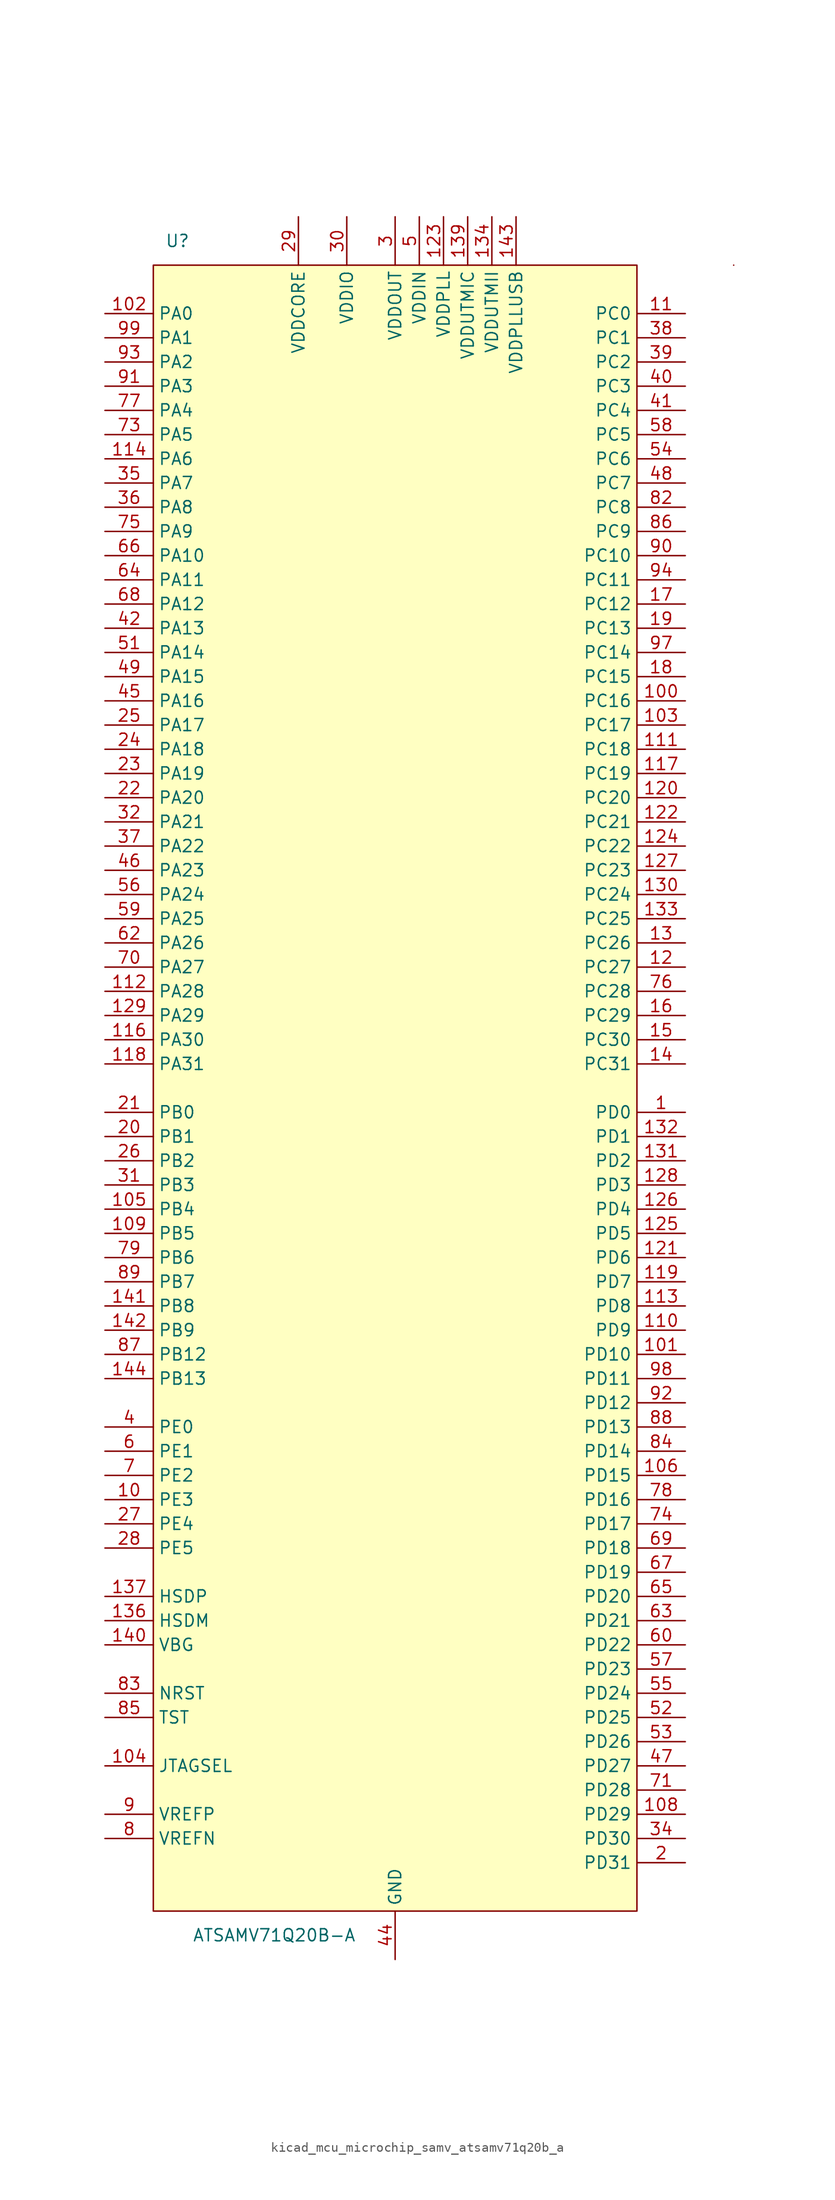
<source format=kicad_sym>
(kicad_symbol_lib
  (version 20220914)
  (generator kicad_symbol_editor)
  (symbol "kicad_mcu_microchip_samv_atsamv71q20b_a"
    (property "Reference" "U"
      (at -22.86 88.9 0)
      (effects (font (size 1.27 1.27))))
    (property "Value" "ATSAMV71Q20B-A"
      (at -12.7 -88.9 0)
      (effects (font (size 1.27 1.27))))
    (symbol "kicad_mcu_microchip_samv_atsamv71q20b_a_0_1"
      (rectangle (start 25.4 86.36) (end -25.4 -86.36) (stroke (width 0) (type default)) (fill (type background)))
      (rectangle (start 35.56 86.36) (end 35.56 86.36) (stroke (width 0) (type default)) (fill (type none))))
    (symbol "kicad_mcu_microchip_samv_atsamv71q20b_a_1_1"
      (pin bidirectional line (at 30.48 -2.54 180) (length 5.08) (name "PD0" (effects (font (size 1.27 1.27)))) (number "1" (effects (font (size 1.27 1.27)))))
      (pin bidirectional line (at -30.48 -43.18 0) (length 5.08) (name "PE3" (effects (font (size 1.27 1.27)))) (number "10" (effects (font (size 1.27 1.27)))))
      (pin bidirectional line (at 30.48 40.64 180) (length 5.08) (name "PC16" (effects (font (size 1.27 1.27)))) (number "100" (effects (font (size 1.27 1.27)))))
      (pin bidirectional line (at 30.48 -27.94 180) (length 5.08) (name "PD10" (effects (font (size 1.27 1.27)))) (number "101" (effects (font (size 1.27 1.27)))))
      (pin bidirectional line (at -30.48 81.28 0) (length 5.08) (name "PA0" (effects (font (size 1.27 1.27)))) (number "102" (effects (font (size 1.27 1.27)))))
      (pin bidirectional line (at 30.48 38.1 180) (length 5.08) (name "PC17" (effects (font (size 1.27 1.27)))) (number "103" (effects (font (size 1.27 1.27)))))
      (pin input line (at -30.48 -71.12 0) (length 5.08) (name "JTAGSEL" (effects (font (size 1.27 1.27)))) (number "104" (effects (font (size 1.27 1.27)))))
      (pin bidirectional line (at -30.48 -12.7 0) (length 5.08) (name "PB4" (effects (font (size 1.27 1.27)))) (number "105" (effects (font (size 1.27 1.27)))))
      (pin bidirectional line (at 30.48 -40.64 180) (length 5.08) (name "PD15" (effects (font (size 1.27 1.27)))) (number "106" (effects (font (size 1.27 1.27)))))
      (pin passive line (at -10.16 91.44 270) (length 5.08) hide (name "VDDCORE" (effects (font (size 1.27 1.27)))) (number "107" (effects (font (size 1.27 1.27)))))
      (pin bidirectional line (at 30.48 -76.2 180) (length 5.08) (name "PD29" (effects (font (size 1.27 1.27)))) (number "108" (effects (font (size 1.27 1.27)))))
      (pin bidirectional line (at -30.48 -15.24 0) (length 5.08) (name "PB5" (effects (font (size 1.27 1.27)))) (number "109" (effects (font (size 1.27 1.27)))))
      (pin bidirectional line (at 30.48 81.28 180) (length 5.08) (name "PC0" (effects (font (size 1.27 1.27)))) (number "11" (effects (font (size 1.27 1.27)))))
      (pin bidirectional line (at 30.48 -25.4 180) (length 5.08) (name "PD9" (effects (font (size 1.27 1.27)))) (number "110" (effects (font (size 1.27 1.27)))))
      (pin bidirectional line (at 30.48 35.56 180) (length 5.08) (name "PC18" (effects (font (size 1.27 1.27)))) (number "111" (effects (font (size 1.27 1.27)))))
      (pin bidirectional line (at -30.48 10.16 0) (length 5.08) (name "PA28" (effects (font (size 1.27 1.27)))) (number "112" (effects (font (size 1.27 1.27)))))
      (pin bidirectional line (at 30.48 -22.86 180) (length 5.08) (name "PD8" (effects (font (size 1.27 1.27)))) (number "113" (effects (font (size 1.27 1.27)))))
      (pin bidirectional line (at -30.48 66.04 0) (length 5.08) (name "PA6" (effects (font (size 1.27 1.27)))) (number "114" (effects (font (size 1.27 1.27)))))
      (pin passive line (at 0 -91.44 90) (length 5.08) hide (name "GND" (effects (font (size 1.27 1.27)))) (number "115" (effects (font (size 1.27 1.27)))))
      (pin bidirectional line (at -30.48 5.08 0) (length 5.08) (name "PA30" (effects (font (size 1.27 1.27)))) (number "116" (effects (font (size 1.27 1.27)))))
      (pin bidirectional line (at 30.48 33.02 180) (length 5.08) (name "PC19" (effects (font (size 1.27 1.27)))) (number "117" (effects (font (size 1.27 1.27)))))
      (pin bidirectional line (at -30.48 2.54 0) (length 5.08) (name "PA31" (effects (font (size 1.27 1.27)))) (number "118" (effects (font (size 1.27 1.27)))))
      (pin bidirectional line (at 30.48 -20.32 180) (length 5.08) (name "PD7" (effects (font (size 1.27 1.27)))) (number "119" (effects (font (size 1.27 1.27)))))
      (pin bidirectional line (at 30.48 12.7 180) (length 5.08) (name "PC27" (effects (font (size 1.27 1.27)))) (number "12" (effects (font (size 1.27 1.27)))))
      (pin bidirectional line (at 30.48 30.48 180) (length 5.08) (name "PC20" (effects (font (size 1.27 1.27)))) (number "120" (effects (font (size 1.27 1.27)))))
      (pin bidirectional line (at 30.48 -17.78 180) (length 5.08) (name "PD6" (effects (font (size 1.27 1.27)))) (number "121" (effects (font (size 1.27 1.27)))))
      (pin bidirectional line (at 30.48 27.94 180) (length 5.08) (name "PC21" (effects (font (size 1.27 1.27)))) (number "122" (effects (font (size 1.27 1.27)))))
      (pin power_in line (at 5.08 91.44 270) (length 5.08) (name "VDDPLL" (effects (font (size 1.27 1.27)))) (number "123" (effects (font (size 1.27 1.27)))))
      (pin bidirectional line (at 30.48 25.4 180) (length 5.08) (name "PC22" (effects (font (size 1.27 1.27)))) (number "124" (effects (font (size 1.27 1.27)))))
      (pin bidirectional line (at 30.48 -15.24 180) (length 5.08) (name "PD5" (effects (font (size 1.27 1.27)))) (number "125" (effects (font (size 1.27 1.27)))))
      (pin bidirectional line (at 30.48 -12.7 180) (length 5.08) (name "PD4" (effects (font (size 1.27 1.27)))) (number "126" (effects (font (size 1.27 1.27)))))
      (pin bidirectional line (at 30.48 22.86 180) (length 5.08) (name "PC23" (effects (font (size 1.27 1.27)))) (number "127" (effects (font (size 1.27 1.27)))))
      (pin bidirectional line (at 30.48 -10.16 180) (length 5.08) (name "PD3" (effects (font (size 1.27 1.27)))) (number "128" (effects (font (size 1.27 1.27)))))
      (pin bidirectional line (at -30.48 7.62 0) (length 5.08) (name "PA29" (effects (font (size 1.27 1.27)))) (number "129" (effects (font (size 1.27 1.27)))))
      (pin bidirectional line (at 30.48 15.24 180) (length 5.08) (name "PC26" (effects (font (size 1.27 1.27)))) (number "13" (effects (font (size 1.27 1.27)))))
      (pin bidirectional line (at 30.48 20.32 180) (length 5.08) (name "PC24" (effects (font (size 1.27 1.27)))) (number "130" (effects (font (size 1.27 1.27)))))
      (pin bidirectional line (at 30.48 -7.62 180) (length 5.08) (name "PD2" (effects (font (size 1.27 1.27)))) (number "131" (effects (font (size 1.27 1.27)))))
      (pin bidirectional line (at 30.48 -5.08 180) (length 5.08) (name "PD1" (effects (font (size 1.27 1.27)))) (number "132" (effects (font (size 1.27 1.27)))))
      (pin bidirectional line (at 30.48 17.78 180) (length 5.08) (name "PC25" (effects (font (size 1.27 1.27)))) (number "133" (effects (font (size 1.27 1.27)))))
      (pin power_in line (at 10.16 91.44 270) (length 5.08) (name "VDDUTMII" (effects (font (size 1.27 1.27)))) (number "134" (effects (font (size 1.27 1.27)))))
      (pin passive line (at 0 -91.44 90) (length 5.08) hide (name "GND" (effects (font (size 1.27 1.27)))) (number "135" (effects (font (size 1.27 1.27)))))
      (pin bidirectional line (at -30.48 -55.88 0) (length 5.08) (name "HSDM" (effects (font (size 1.27 1.27)))) (number "136" (effects (font (size 1.27 1.27)))))
      (pin bidirectional line (at -30.48 -53.34 0) (length 5.08) (name "HSDP" (effects (font (size 1.27 1.27)))) (number "137" (effects (font (size 1.27 1.27)))))
      (pin passive line (at 0 -91.44 90) (length 5.08) hide (name "GND" (effects (font (size 1.27 1.27)))) (number "138" (effects (font (size 1.27 1.27)))))
      (pin power_in line (at 7.62 91.44 270) (length 5.08) (name "VDDUTMIC" (effects (font (size 1.27 1.27)))) (number "139" (effects (font (size 1.27 1.27)))))
      (pin bidirectional line (at 30.48 2.54 180) (length 5.08) (name "PC31" (effects (font (size 1.27 1.27)))) (number "14" (effects (font (size 1.27 1.27)))))
      (pin input line (at -30.48 -58.42 0) (length 5.08) (name "VBG" (effects (font (size 1.27 1.27)))) (number "140" (effects (font (size 1.27 1.27)))))
      (pin bidirectional line (at -30.48 -22.86 0) (length 5.08) (name "PB8" (effects (font (size 1.27 1.27)))) (number "141" (effects (font (size 1.27 1.27)))))
      (pin bidirectional line (at -30.48 -25.4 0) (length 5.08) (name "PB9" (effects (font (size 1.27 1.27)))) (number "142" (effects (font (size 1.27 1.27)))))
      (pin power_in line (at 12.7 91.44 270) (length 5.08) (name "VDDPLLUSB" (effects (font (size 1.27 1.27)))) (number "143" (effects (font (size 1.27 1.27)))))
      (pin bidirectional line (at -30.48 -30.48 0) (length 5.08) (name "PB13" (effects (font (size 1.27 1.27)))) (number "144" (effects (font (size 1.27 1.27)))))
      (pin bidirectional line (at 30.48 5.08 180) (length 5.08) (name "PC30" (effects (font (size 1.27 1.27)))) (number "15" (effects (font (size 1.27 1.27)))))
      (pin bidirectional line (at 30.48 7.62 180) (length 5.08) (name "PC29" (effects (font (size 1.27 1.27)))) (number "16" (effects (font (size 1.27 1.27)))))
      (pin bidirectional line (at 30.48 50.8 180) (length 5.08) (name "PC12" (effects (font (size 1.27 1.27)))) (number "17" (effects (font (size 1.27 1.27)))))
      (pin bidirectional line (at 30.48 43.18 180) (length 5.08) (name "PC15" (effects (font (size 1.27 1.27)))) (number "18" (effects (font (size 1.27 1.27)))))
      (pin bidirectional line (at 30.48 48.26 180) (length 5.08) (name "PC13" (effects (font (size 1.27 1.27)))) (number "19" (effects (font (size 1.27 1.27)))))
      (pin bidirectional line (at 30.48 -81.28 180) (length 5.08) (name "PD31" (effects (font (size 1.27 1.27)))) (number "2" (effects (font (size 1.27 1.27)))))
      (pin bidirectional line (at -30.48 -5.08 0) (length 5.08) (name "PB1" (effects (font (size 1.27 1.27)))) (number "20" (effects (font (size 1.27 1.27)))))
      (pin bidirectional line (at -30.48 -2.54 0) (length 5.08) (name "PB0" (effects (font (size 1.27 1.27)))) (number "21" (effects (font (size 1.27 1.27)))))
      (pin bidirectional line (at -30.48 30.48 0) (length 5.08) (name "PA20" (effects (font (size 1.27 1.27)))) (number "22" (effects (font (size 1.27 1.27)))))
      (pin bidirectional line (at -30.48 33.02 0) (length 5.08) (name "PA19" (effects (font (size 1.27 1.27)))) (number "23" (effects (font (size 1.27 1.27)))))
      (pin bidirectional line (at -30.48 35.56 0) (length 5.08) (name "PA18" (effects (font (size 1.27 1.27)))) (number "24" (effects (font (size 1.27 1.27)))))
      (pin bidirectional line (at -30.48 38.1 0) (length 5.08) (name "PA17" (effects (font (size 1.27 1.27)))) (number "25" (effects (font (size 1.27 1.27)))))
      (pin bidirectional line (at -30.48 -7.62 0) (length 5.08) (name "PB2" (effects (font (size 1.27 1.27)))) (number "26" (effects (font (size 1.27 1.27)))))
      (pin bidirectional line (at -30.48 -45.72 0) (length 5.08) (name "PE4" (effects (font (size 1.27 1.27)))) (number "27" (effects (font (size 1.27 1.27)))))
      (pin bidirectional line (at -30.48 -48.26 0) (length 5.08) (name "PE5" (effects (font (size 1.27 1.27)))) (number "28" (effects (font (size 1.27 1.27)))))
      (pin power_in line (at -10.16 91.44 270) (length 5.08) (name "VDDCORE" (effects (font (size 1.27 1.27)))) (number "29" (effects (font (size 1.27 1.27)))))
      (pin power_in line (at 0 91.44 270) (length 5.08) (name "VDDOUT" (effects (font (size 1.27 1.27)))) (number "3" (effects (font (size 1.27 1.27)))))
      (pin power_in line (at -5.08 91.44 270) (length 5.08) (name "VDDIO" (effects (font (size 1.27 1.27)))) (number "30" (effects (font (size 1.27 1.27)))))
      (pin bidirectional line (at -30.48 -10.16 0) (length 5.08) (name "PB3" (effects (font (size 1.27 1.27)))) (number "31" (effects (font (size 1.27 1.27)))))
      (pin bidirectional line (at -30.48 27.94 0) (length 5.08) (name "PA21" (effects (font (size 1.27 1.27)))) (number "32" (effects (font (size 1.27 1.27)))))
      (pin passive line (at -10.16 91.44 270) (length 5.08) hide (name "VDDCORE" (effects (font (size 1.27 1.27)))) (number "33" (effects (font (size 1.27 1.27)))))
      (pin bidirectional line (at 30.48 -78.74 180) (length 5.08) (name "PD30" (effects (font (size 1.27 1.27)))) (number "34" (effects (font (size 1.27 1.27)))))
      (pin bidirectional line (at -30.48 63.5 0) (length 5.08) (name "PA7" (effects (font (size 1.27 1.27)))) (number "35" (effects (font (size 1.27 1.27)))))
      (pin bidirectional line (at -30.48 60.96 0) (length 5.08) (name "PA8" (effects (font (size 1.27 1.27)))) (number "36" (effects (font (size 1.27 1.27)))))
      (pin bidirectional line (at -30.48 25.4 0) (length 5.08) (name "PA22" (effects (font (size 1.27 1.27)))) (number "37" (effects (font (size 1.27 1.27)))))
      (pin bidirectional line (at 30.48 78.74 180) (length 5.08) (name "PC1" (effects (font (size 1.27 1.27)))) (number "38" (effects (font (size 1.27 1.27)))))
      (pin bidirectional line (at 30.48 76.2 180) (length 5.08) (name "PC2" (effects (font (size 1.27 1.27)))) (number "39" (effects (font (size 1.27 1.27)))))
      (pin bidirectional line (at -30.48 -35.56 0) (length 5.08) (name "PE0" (effects (font (size 1.27 1.27)))) (number "4" (effects (font (size 1.27 1.27)))))
      (pin bidirectional line (at 30.48 73.66 180) (length 5.08) (name "PC3" (effects (font (size 1.27 1.27)))) (number "40" (effects (font (size 1.27 1.27)))))
      (pin bidirectional line (at 30.48 71.12 180) (length 5.08) (name "PC4" (effects (font (size 1.27 1.27)))) (number "41" (effects (font (size 1.27 1.27)))))
      (pin bidirectional line (at -30.48 48.26 0) (length 5.08) (name "PA13" (effects (font (size 1.27 1.27)))) (number "42" (effects (font (size 1.27 1.27)))))
      (pin passive line (at -5.08 91.44 270) (length 5.08) hide (name "VDDIO" (effects (font (size 1.27 1.27)))) (number "43" (effects (font (size 1.27 1.27)))))
      (pin power_in line (at 0 -91.44 90) (length 5.08) (name "GND" (effects (font (size 1.27 1.27)))) (number "44" (effects (font (size 1.27 1.27)))))
      (pin bidirectional line (at -30.48 40.64 0) (length 5.08) (name "PA16" (effects (font (size 1.27 1.27)))) (number "45" (effects (font (size 1.27 1.27)))))
      (pin bidirectional line (at -30.48 22.86 0) (length 5.08) (name "PA23" (effects (font (size 1.27 1.27)))) (number "46" (effects (font (size 1.27 1.27)))))
      (pin bidirectional line (at 30.48 -71.12 180) (length 5.08) (name "PD27" (effects (font (size 1.27 1.27)))) (number "47" (effects (font (size 1.27 1.27)))))
      (pin bidirectional line (at 30.48 63.5 180) (length 5.08) (name "PC7" (effects (font (size 1.27 1.27)))) (number "48" (effects (font (size 1.27 1.27)))))
      (pin bidirectional line (at -30.48 43.18 0) (length 5.08) (name "PA15" (effects (font (size 1.27 1.27)))) (number "49" (effects (font (size 1.27 1.27)))))
      (pin power_in line (at 2.54 91.44 270) (length 5.08) (name "VDDIN" (effects (font (size 1.27 1.27)))) (number "5" (effects (font (size 1.27 1.27)))))
      (pin passive line (at -10.16 91.44 270) (length 5.08) hide (name "VDDCORE" (effects (font (size 1.27 1.27)))) (number "50" (effects (font (size 1.27 1.27)))))
      (pin bidirectional line (at -30.48 45.72 0) (length 5.08) (name "PA14" (effects (font (size 1.27 1.27)))) (number "51" (effects (font (size 1.27 1.27)))))
      (pin bidirectional line (at 30.48 -66.04 180) (length 5.08) (name "PD25" (effects (font (size 1.27 1.27)))) (number "52" (effects (font (size 1.27 1.27)))))
      (pin bidirectional line (at 30.48 -68.58 180) (length 5.08) (name "PD26" (effects (font (size 1.27 1.27)))) (number "53" (effects (font (size 1.27 1.27)))))
      (pin bidirectional line (at 30.48 66.04 180) (length 5.08) (name "PC6" (effects (font (size 1.27 1.27)))) (number "54" (effects (font (size 1.27 1.27)))))
      (pin bidirectional line (at 30.48 -63.5 180) (length 5.08) (name "PD24" (effects (font (size 1.27 1.27)))) (number "55" (effects (font (size 1.27 1.27)))))
      (pin bidirectional line (at -30.48 20.32 0) (length 5.08) (name "PA24" (effects (font (size 1.27 1.27)))) (number "56" (effects (font (size 1.27 1.27)))))
      (pin bidirectional line (at 30.48 -60.96 180) (length 5.08) (name "PD23" (effects (font (size 1.27 1.27)))) (number "57" (effects (font (size 1.27 1.27)))))
      (pin bidirectional line (at 30.48 68.58 180) (length 5.08) (name "PC5" (effects (font (size 1.27 1.27)))) (number "58" (effects (font (size 1.27 1.27)))))
      (pin bidirectional line (at -30.48 17.78 0) (length 5.08) (name "PA25" (effects (font (size 1.27 1.27)))) (number "59" (effects (font (size 1.27 1.27)))))
      (pin bidirectional line (at -30.48 -38.1 0) (length 5.08) (name "PE1" (effects (font (size 1.27 1.27)))) (number "6" (effects (font (size 1.27 1.27)))))
      (pin bidirectional line (at 30.48 -58.42 180) (length 5.08) (name "PD22" (effects (font (size 1.27 1.27)))) (number "60" (effects (font (size 1.27 1.27)))))
      (pin passive line (at 0 -91.44 90) (length 5.08) hide (name "GND" (effects (font (size 1.27 1.27)))) (number "61" (effects (font (size 1.27 1.27)))))
      (pin bidirectional line (at -30.48 15.24 0) (length 5.08) (name "PA26" (effects (font (size 1.27 1.27)))) (number "62" (effects (font (size 1.27 1.27)))))
      (pin bidirectional line (at 30.48 -55.88 180) (length 5.08) (name "PD21" (effects (font (size 1.27 1.27)))) (number "63" (effects (font (size 1.27 1.27)))))
      (pin bidirectional line (at -30.48 53.34 0) (length 5.08) (name "PA11" (effects (font (size 1.27 1.27)))) (number "64" (effects (font (size 1.27 1.27)))))
      (pin bidirectional line (at 30.48 -53.34 180) (length 5.08) (name "PD20" (effects (font (size 1.27 1.27)))) (number "65" (effects (font (size 1.27 1.27)))))
      (pin bidirectional line (at -30.48 55.88 0) (length 5.08) (name "PA10" (effects (font (size 1.27 1.27)))) (number "66" (effects (font (size 1.27 1.27)))))
      (pin bidirectional line (at 30.48 -50.8 180) (length 5.08) (name "PD19" (effects (font (size 1.27 1.27)))) (number "67" (effects (font (size 1.27 1.27)))))
      (pin bidirectional line (at -30.48 50.8 0) (length 5.08) (name "PA12" (effects (font (size 1.27 1.27)))) (number "68" (effects (font (size 1.27 1.27)))))
      (pin bidirectional line (at 30.48 -48.26 180) (length 5.08) (name "PD18" (effects (font (size 1.27 1.27)))) (number "69" (effects (font (size 1.27 1.27)))))
      (pin bidirectional line (at -30.48 -40.64 0) (length 5.08) (name "PE2" (effects (font (size 1.27 1.27)))) (number "7" (effects (font (size 1.27 1.27)))))
      (pin bidirectional line (at -30.48 12.7 0) (length 5.08) (name "PA27" (effects (font (size 1.27 1.27)))) (number "70" (effects (font (size 1.27 1.27)))))
      (pin bidirectional line (at 30.48 -73.66 180) (length 5.08) (name "PD28" (effects (font (size 1.27 1.27)))) (number "71" (effects (font (size 1.27 1.27)))))
      (pin passive line (at -5.08 91.44 270) (length 5.08) hide (name "VDDIO" (effects (font (size 1.27 1.27)))) (number "72" (effects (font (size 1.27 1.27)))))
      (pin bidirectional line (at -30.48 68.58 0) (length 5.08) (name "PA5" (effects (font (size 1.27 1.27)))) (number "73" (effects (font (size 1.27 1.27)))))
      (pin bidirectional line (at 30.48 -45.72 180) (length 5.08) (name "PD17" (effects (font (size 1.27 1.27)))) (number "74" (effects (font (size 1.27 1.27)))))
      (pin bidirectional line (at -30.48 58.42 0) (length 5.08) (name "PA9" (effects (font (size 1.27 1.27)))) (number "75" (effects (font (size 1.27 1.27)))))
      (pin bidirectional line (at 30.48 10.16 180) (length 5.08) (name "PC28" (effects (font (size 1.27 1.27)))) (number "76" (effects (font (size 1.27 1.27)))))
      (pin bidirectional line (at -30.48 71.12 0) (length 5.08) (name "PA4" (effects (font (size 1.27 1.27)))) (number "77" (effects (font (size 1.27 1.27)))))
      (pin bidirectional line (at 30.48 -43.18 180) (length 5.08) (name "PD16" (effects (font (size 1.27 1.27)))) (number "78" (effects (font (size 1.27 1.27)))))
      (pin bidirectional line (at -30.48 -17.78 0) (length 5.08) (name "PB6" (effects (font (size 1.27 1.27)))) (number "79" (effects (font (size 1.27 1.27)))))
      (pin bidirectional line (at -30.48 -78.74 0) (length 5.08) (name "VREFN" (effects (font (size 1.27 1.27)))) (number "8" (effects (font (size 1.27 1.27)))))
      (pin passive line (at -5.08 91.44 270) (length 5.08) hide (name "VDDIO" (effects (font (size 1.27 1.27)))) (number "80" (effects (font (size 1.27 1.27)))))
      (pin passive line (at -10.16 91.44 270) (length 5.08) hide (name "VDDCORE" (effects (font (size 1.27 1.27)))) (number "81" (effects (font (size 1.27 1.27)))))
      (pin bidirectional line (at 30.48 60.96 180) (length 5.08) (name "PC8" (effects (font (size 1.27 1.27)))) (number "82" (effects (font (size 1.27 1.27)))))
      (pin bidirectional line (at -30.48 -63.5 0) (length 5.08) (name "NRST" (effects (font (size 1.27 1.27)))) (number "83" (effects (font (size 1.27 1.27)))))
      (pin bidirectional line (at 30.48 -38.1 180) (length 5.08) (name "PD14" (effects (font (size 1.27 1.27)))) (number "84" (effects (font (size 1.27 1.27)))))
      (pin input line (at -30.48 -66.04 0) (length 5.08) (name "TST" (effects (font (size 1.27 1.27)))) (number "85" (effects (font (size 1.27 1.27)))))
      (pin bidirectional line (at 30.48 58.42 180) (length 5.08) (name "PC9" (effects (font (size 1.27 1.27)))) (number "86" (effects (font (size 1.27 1.27)))))
      (pin bidirectional line (at -30.48 -27.94 0) (length 5.08) (name "PB12" (effects (font (size 1.27 1.27)))) (number "87" (effects (font (size 1.27 1.27)))))
      (pin bidirectional line (at 30.48 -35.56 180) (length 5.08) (name "PD13" (effects (font (size 1.27 1.27)))) (number "88" (effects (font (size 1.27 1.27)))))
      (pin bidirectional line (at -30.48 -20.32 0) (length 5.08) (name "PB7" (effects (font (size 1.27 1.27)))) (number "89" (effects (font (size 1.27 1.27)))))
      (pin input line (at -30.48 -76.2 0) (length 5.08) (name "VREFP" (effects (font (size 1.27 1.27)))) (number "9" (effects (font (size 1.27 1.27)))))
      (pin bidirectional line (at 30.48 55.88 180) (length 5.08) (name "PC10" (effects (font (size 1.27 1.27)))) (number "90" (effects (font (size 1.27 1.27)))))
      (pin bidirectional line (at -30.48 73.66 0) (length 5.08) (name "PA3" (effects (font (size 1.27 1.27)))) (number "91" (effects (font (size 1.27 1.27)))))
      (pin bidirectional line (at 30.48 -33.02 180) (length 5.08) (name "PD12" (effects (font (size 1.27 1.27)))) (number "92" (effects (font (size 1.27 1.27)))))
      (pin bidirectional line (at -30.48 76.2 0) (length 5.08) (name "PA2" (effects (font (size 1.27 1.27)))) (number "93" (effects (font (size 1.27 1.27)))))
      (pin bidirectional line (at 30.48 53.34 180) (length 5.08) (name "PC11" (effects (font (size 1.27 1.27)))) (number "94" (effects (font (size 1.27 1.27)))))
      (pin passive line (at 0 -91.44 90) (length 5.08) hide (name "GND" (effects (font (size 1.27 1.27)))) (number "95" (effects (font (size 1.27 1.27)))))
      (pin passive line (at -5.08 91.44 270) (length 5.08) hide (name "VDDIO" (effects (font (size 1.27 1.27)))) (number "96" (effects (font (size 1.27 1.27)))))
      (pin bidirectional line (at 30.48 45.72 180) (length 5.08) (name "PC14" (effects (font (size 1.27 1.27)))) (number "97" (effects (font (size 1.27 1.27)))))
      (pin bidirectional line (at 30.48 -30.48 180) (length 5.08) (name "PD11" (effects (font (size 1.27 1.27)))) (number "98" (effects (font (size 1.27 1.27)))))
      (pin bidirectional line (at -30.48 78.74 0) (length 5.08) (name "PA1" (effects (font (size 1.27 1.27)))) (number "99" (effects (font (size 1.27 1.27))))))))
</source>
